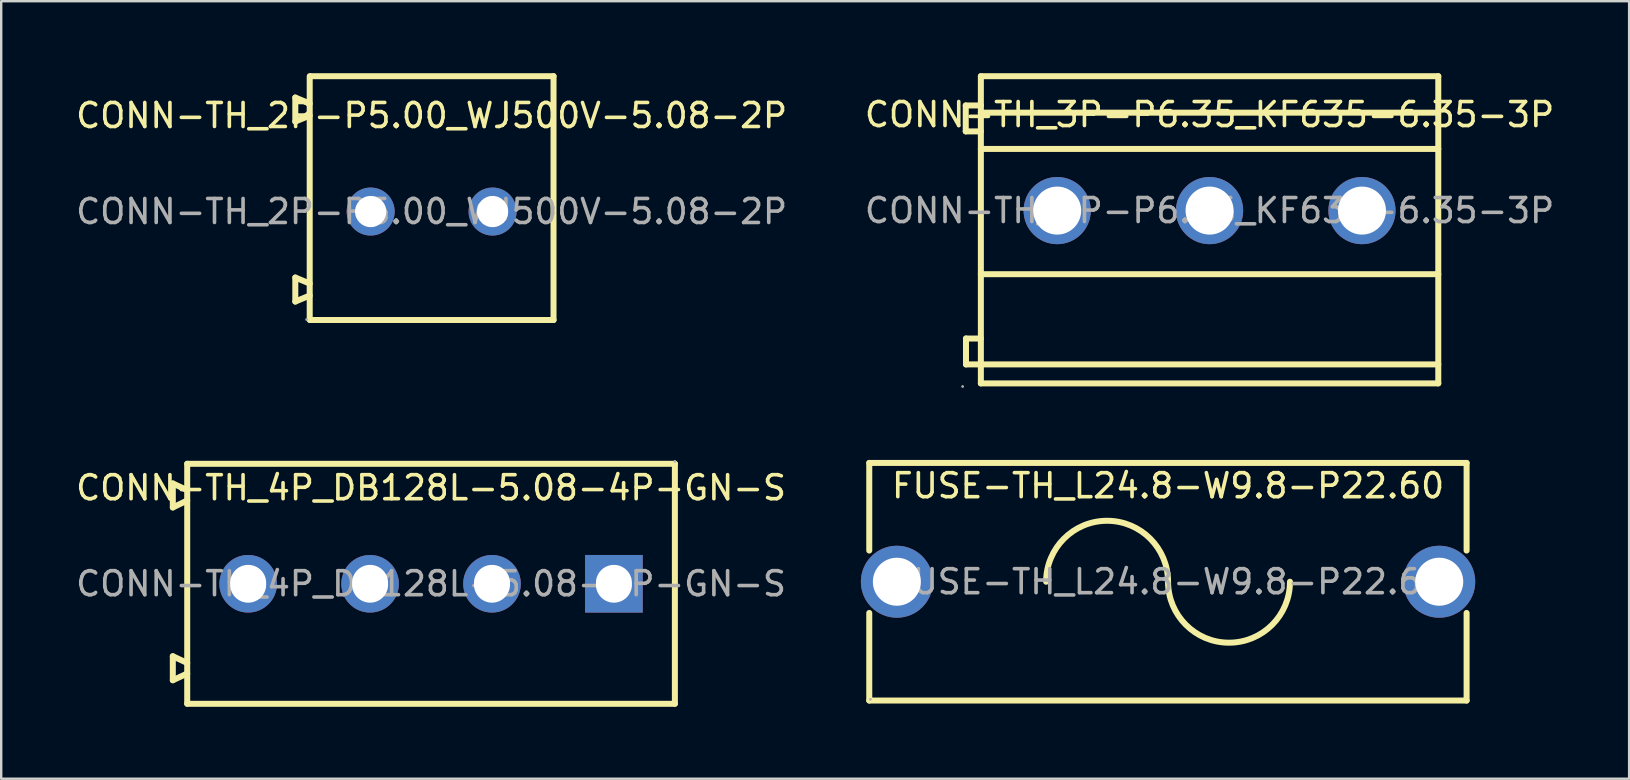
<source format=kicad_pcb>
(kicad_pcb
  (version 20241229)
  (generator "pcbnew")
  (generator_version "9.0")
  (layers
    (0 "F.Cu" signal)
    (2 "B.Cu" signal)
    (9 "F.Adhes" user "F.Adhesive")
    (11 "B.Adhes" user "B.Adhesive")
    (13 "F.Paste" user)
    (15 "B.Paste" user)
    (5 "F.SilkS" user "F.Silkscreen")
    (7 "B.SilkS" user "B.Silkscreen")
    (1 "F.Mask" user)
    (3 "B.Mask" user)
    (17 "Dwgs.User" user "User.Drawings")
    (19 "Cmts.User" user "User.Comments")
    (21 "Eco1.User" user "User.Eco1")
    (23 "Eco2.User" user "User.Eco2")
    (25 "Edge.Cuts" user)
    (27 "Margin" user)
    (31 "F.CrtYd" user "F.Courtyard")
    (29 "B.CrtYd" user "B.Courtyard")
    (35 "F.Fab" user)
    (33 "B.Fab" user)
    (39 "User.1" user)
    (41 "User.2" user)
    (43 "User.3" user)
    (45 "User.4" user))
  (footprint "FUSE-TH_L24.8-W9.8-P22.60"
    (layer "F.Cu")
    (at 45.621 21.19)
    (property "Reference" "FUSE-TH_L24.8-W9.8-P22.60" (at 0 -4 0) (layer "F.SilkS") (effects (font (size 1 1) (thickness 0.15))))
    (attr through_hole)
    (fp_line (start -12.45 -4.95) (end 12.44 -4.95) (stroke (width 0.25) (type solid)) (layer "F.SilkS"))
    (fp_line (start -12.45 -1.3) (end -12.45 -4.95) (stroke (width 0.25) (type solid)) (layer "F.SilkS"))
    (fp_line (start -12.45 4.95) (end -12.45 1.3) (stroke (width 0.25) (type solid)) (layer "F.SilkS"))
    (fp_line (start 12.44 -4.95) (end 12.44 -1.3) (stroke (width 0.25) (type solid)) (layer "F.SilkS"))
    (fp_line (start 12.44 1.3) (end 12.44 4.95) (stroke (width 0.25) (type solid)) (layer "F.SilkS"))
    (fp_line (start 12.44 4.95) (end -12.45 4.95) (stroke (width 0.25) (type solid)) (layer "F.SilkS"))
    (fp_arc (start -5.08 0) (mid -2.54 -2.54) (end 0 0) (stroke (width 0.25) (type solid)) (layer "F.SilkS"))
    (fp_arc (start 5.08 0) (mid 2.54 2.54) (end 0 0) (stroke (width 0.25) (type solid)) (layer "F.SilkS"))
    (fp_circle (center -12.4 4.9) (end -12.37 4.9) (stroke (width 0.06) (type solid)) (fill no) (layer "F.Fab"))
    (fp_text user "${REFERENCE}" (at 0 0 0) (layer "F.Fab") (effects (font (size 1 1) (thickness 0.15))))
    (pad "1" thru_hole circle (at -11.3 0) (size 3 3) (drill 2) (layers "*.Cu" "*.Mask"))
    (pad "2" thru_hole circle (at 11.3 0) (size 3 3) (drill 2) (layers "*.Cu" "*.Mask")))
  (footprint "CONN-TH_3P-P6.35_KF635-6.35-3P"
    (layer "F.Cu")
    (at 47.351 5.725)
    (property "Reference" "CONN-TH_3P-P6.35_KF635-6.35-3P" (at 0 -4 0) (layer "F.SilkS") (effects (font (size 1 1) (thickness 0.15))))
    (attr through_hole)
    (fp_line (start -10.16 -4.38) (end -10.16 -3.3) (stroke (width 0.25) (type solid)) (layer "F.SilkS"))
    (fp_line (start -10.16 -3.3) (end -9.53 -3.3) (stroke (width 0.25) (type solid)) (layer "F.SilkS"))
    (fp_line (start -10.15 5.33) (end -10.15 6.41) (stroke (width 0.25) (type solid)) (layer "F.SilkS"))
    (fp_line (start -10.15 6.41) (end -9.53 6.41) (stroke (width 0.25) (type solid)) (layer "F.SilkS"))
    (fp_line (start -9.53 -5.6) (end -9.53 7.2) (stroke (width 0.25) (type solid)) (layer "F.SilkS"))
    (fp_line (start -9.53 -5.6) (end 9.53 -5.6) (stroke (width 0.25) (type solid)) (layer "F.SilkS"))
    (fp_line (start -9.53 -4.38) (end -10.16 -4.38) (stroke (width 0.25) (type solid)) (layer "F.SilkS"))
    (fp_line (start -9.53 -4.08) (end 9.53 -4.08) (stroke (width 0.25) (type solid)) (layer "F.SilkS"))
    (fp_line (start -9.53 -2.57) (end 9.53 -2.57) (stroke (width 0.25) (type solid)) (layer "F.SilkS"))
    (fp_line (start -9.53 2.65) (end 9.53 2.65) (stroke (width 0.25) (type solid)) (layer "F.SilkS"))
    (fp_line (start -9.53 5.33) (end -10.15 5.33) (stroke (width 0.25) (type solid)) (layer "F.SilkS"))
    (fp_line (start -9.53 6.41) (end 9.53 6.41) (stroke (width 0.25) (type solid)) (layer "F.SilkS"))
    (fp_line (start -9.53 7.2) (end 9.53 7.2) (stroke (width 0.25) (type solid)) (layer "F.SilkS"))
    (fp_line (start 9.53 -5.6) (end 9.53 7.2) (stroke (width 0.25) (type solid)) (layer "F.SilkS"))
    (fp_circle (center -10.29 7.33) (end -10.26 7.33) (stroke (width 0.06) (type solid)) (fill no) (layer "F.Fab"))
    (fp_circle (center -6.35 0) (end -5.9 0) (stroke (width 0.9) (type solid)) (fill no) (layer "F.Fab"))
    (fp_circle (center 0 0) (end 0.45 0) (stroke (width 0.9) (type solid)) (fill no) (layer "F.Fab"))
    (fp_circle (center 6.35 0) (end 6.8 0) (stroke (width 0.9) (type solid)) (fill no) (layer "F.Fab"))
    (fp_text user "${REFERENCE}" (at 0 0 0) (layer "F.Fab") (effects (font (size 1 1) (thickness 0.15))))
    (pad "1" thru_hole circle (at -6.35 0) (size 2.8 2.8) (drill 2) (layers "*.Cu" "*.Mask"))
    (pad "2" thru_hole circle (at 0 0) (size 2.8 2.8) (drill 2) (layers "*.Cu" "*.Mask"))
    (pad "3" thru_hole circle (at 6.35 0) (size 2.8 2.8) (drill 2) (layers "*.Cu" "*.Mask")))
  (footprint "CONN-TH_4P_DB128L-5.08-4P-GN-S"
    (layer "F.Cu")
    (at 14.911 21.275)
    (property "Reference" "CONN-TH_4P_DB128L-5.08-4P-GN-S" (at 0 -4 0) (layer "F.SilkS") (effects (font (size 1 1) (thickness 0.15))))
    (attr through_hole)
    (fp_line (start -10.76 -4.18) (end -10.76 -3.18) (stroke (width 0.25) (type solid)) (layer "F.SilkS"))
    (fp_line (start -10.76 -4.18) (end -10.16 -3.9) (stroke (width 0.25) (type solid)) (layer "F.SilkS"))
    (fp_line (start -10.76 -3.18) (end -10.16 -3.47) (stroke (width 0.25) (type solid)) (layer "F.SilkS"))
    (fp_line (start -10.76 3.02) (end -10.76 4.02) (stroke (width 0.25) (type solid)) (layer "F.SilkS"))
    (fp_line (start -10.76 3.02) (end -10.16 3.3) (stroke (width 0.25) (type solid)) (layer "F.SilkS"))
    (fp_line (start -10.76 4.02) (end -10.16 3.74) (stroke (width 0.25) (type solid)) (layer "F.SilkS"))
    (fp_line (start -10.16 5) (end -10.16 -5) (stroke (width 0.25) (type solid)) (layer "F.SilkS"))
    (fp_line (start -10.16 5) (end 10.16 5) (stroke (width 0.25) (type solid)) (layer "F.SilkS"))
    (fp_line (start 10.16 -5) (end -10.16 -5) (stroke (width 0.25) (type solid)) (layer "F.SilkS"))
    (fp_line (start 10.16 5) (end 10.16 -5) (stroke (width 0.25) (type solid)) (layer "F.SilkS"))
    (fp_circle (center 10.16 -5.1) (end 10.19 -5.1) (stroke (width 0.06) (type solid)) (fill no) (layer "F.Fab"))
    (fp_text user "${REFERENCE}" (at 0 0 0) (layer "F.Fab") (effects (font (size 1 1) (thickness 0.15))))
    (pad "1" thru_hole rect (at 7.62 0 180) (size 2.4 2.4) (drill oval 1.5 1.575) (layers "*.Cu" "*.Mask"))
    (pad "2" thru_hole circle (at 2.54 0 180) (size 2.4 2.4) (drill oval 1.5 1.575) (layers "*.Cu" "*.Mask"))
    (pad "3" thru_hole circle (at -2.54 0 180) (size 2.4 2.4) (drill oval 1.5 1.575) (layers "*.Cu" "*.Mask"))
    (pad "4" thru_hole circle (at -7.62 0 180) (size 2.4 2.4) (drill oval 1.5 1.575) (layers "*.Cu" "*.Mask")))
  (footprint "CONN-TH_2P-P5.00_WJ500V-5.08-2P"
    (layer "F.Cu")
    (at 14.935 5.765)
    (property "Reference" "CONN-TH_2P-P5.00_WJ500V-5.08-2P" (at 0 -4 0) (layer "F.SilkS") (effects (font (size 1 1) (thickness 0.15))))
    (attr through_hole)
    (fp_line (start -5.68 -4.75) (end -5.68 -3.75) (stroke (width 0.25) (type solid)) (layer "F.SilkS"))
    (fp_line (start -5.68 -3.75) (end -5.08 -4) (stroke (width 0.25) (type solid)) (layer "F.SilkS"))
    (fp_line (start -5.68 2.75) (end -5.68 3.75) (stroke (width 0.25) (type solid)) (layer "F.SilkS"))
    (fp_line (start -5.68 3.75) (end -5.08 3.5) (stroke (width 0.25) (type solid)) (layer "F.SilkS"))
    (fp_line (start -5.08 -4.5) (end -5.68 -4.75) (stroke (width 0.25) (type solid)) (layer "F.SilkS"))
    (fp_line (start -5.08 3) (end -5.68 2.75) (stroke (width 0.25) (type solid)) (layer "F.SilkS"))
    (fp_line (start -5.08 4.52) (end -5.08 -5.64) (stroke (width 0.25) (type solid)) (layer "F.SilkS"))
    (fp_line (start 5.08 -5.64) (end -5.05 -5.64) (stroke (width 0.25) (type solid)) (layer "F.SilkS"))
    (fp_line (start 5.08 4.52) (end -5.05 4.52) (stroke (width 0.25) (type solid)) (layer "F.SilkS"))
    (fp_line (start 5.08 4.52) (end 5.08 -5.64) (stroke (width 0.25) (type solid)) (layer "F.SilkS"))
    (fp_circle (center -5.21 4.5) (end -5.18 4.5) (stroke (width 0.06) (type solid)) (fill no) (layer "F.Fab"))
    (fp_circle (center -2.54 0) (end -2.26 0) (stroke (width 0.55) (type solid)) (fill no) (layer "F.Fab"))
    (fp_circle (center 2.54 0) (end 2.82 0) (stroke (width 0.55) (type solid)) (fill no) (layer "F.Fab"))
    (fp_text user "${REFERENCE}" (at 0 0 0) (layer "F.Fab") (effects (font (size 1 1) (thickness 0.15))))
    (pad "1" thru_hole circle (at -2.54 0 180) (size 2 2) (drill 1.3) (layers "*.Cu" "*.Mask"))
    (pad "2" thru_hole circle (at 2.54 0 180) (size 2 2) (drill 1.3) (layers "*.Cu" "*.Mask")))
  (gr_rect
    (start -3 -3)
    (end 64.833 29.4)
    (stroke (width 0.1) (type default))
    (fill no)
    (layer "Edge.Cuts")))
</source>
